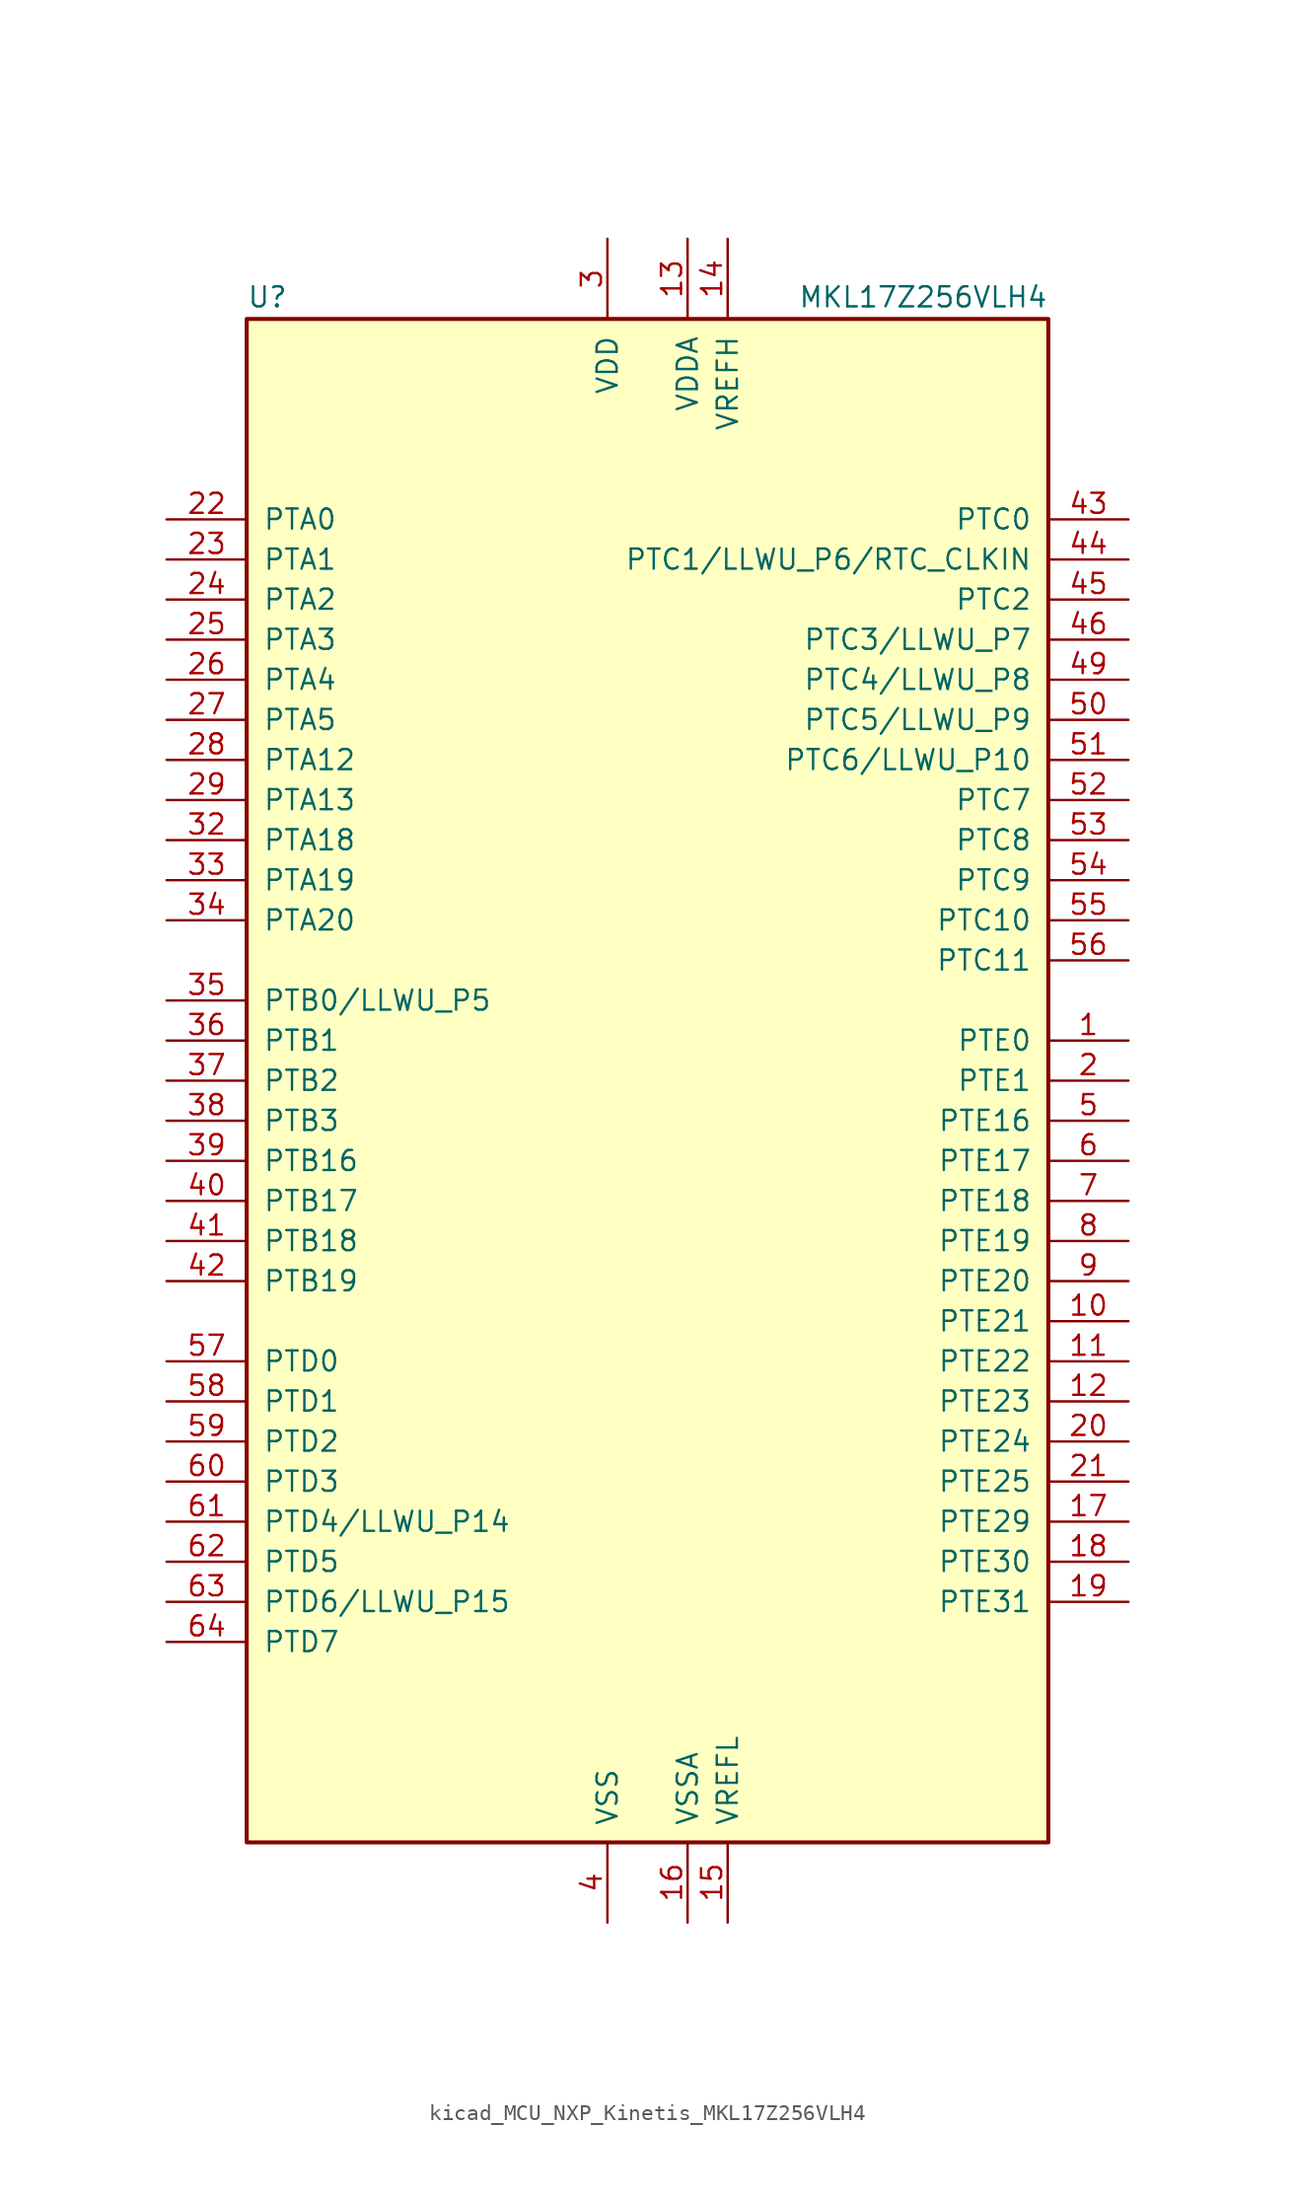
<source format=kicad_sym>
(kicad_symbol_lib
  (version 20220914)
  (generator kicad_symbol_editor)
  (symbol "kicad_MCU_NXP_Kinetis_MKL17Z256VLH4"
    (pin_names
      (offset 1.016))
    (property "Reference" "U"
      (at -25.4 48.895 0)
      (effects (font (size 1.27 1.27)) (justify left bottom)))
    (property "Value" "MKL17Z256VLH4"
      (at 25.4 48.895 0)
      (effects (font (size 1.27 1.27)) (justify right bottom)))
    (symbol "kicad_MCU_NXP_Kinetis_MKL17Z256VLH4_0_1"
      (rectangle (start -25.4 48.26) (end 25.4 -48.26) (stroke (width 0.254) (type default)) (fill (type background))))
    (symbol "kicad_MCU_NXP_Kinetis_MKL17Z256VLH4_1_1"
      (pin bidirectional line (at 30.48 2.54 180) (length 5.08) (name "PTE0" (effects (font (size 1.27 1.27)))) (number "1" (effects (font (size 1.27 1.27)))))
      (pin bidirectional line (at 30.48 -15.24 180) (length 5.08) (name "PTE21" (effects (font (size 1.27 1.27)))) (number "10" (effects (font (size 1.27 1.27)))))
      (pin bidirectional line (at 30.48 -17.78 180) (length 5.08) (name "PTE22" (effects (font (size 1.27 1.27)))) (number "11" (effects (font (size 1.27 1.27)))))
      (pin bidirectional line (at 30.48 -20.32 180) (length 5.08) (name "PTE23" (effects (font (size 1.27 1.27)))) (number "12" (effects (font (size 1.27 1.27)))))
      (pin power_in line (at 2.54 53.34 270) (length 5.08) (name "VDDA" (effects (font (size 1.27 1.27)))) (number "13" (effects (font (size 1.27 1.27)))))
      (pin power_in line (at 5.08 53.34 270) (length 5.08) (name "VREFH" (effects (font (size 1.27 1.27)))) (number "14" (effects (font (size 1.27 1.27)))))
      (pin power_in line (at 5.08 -53.34 90) (length 5.08) (name "VREFL" (effects (font (size 1.27 1.27)))) (number "15" (effects (font (size 1.27 1.27)))))
      (pin power_in line (at 2.54 -53.34 90) (length 5.08) (name "VSSA" (effects (font (size 1.27 1.27)))) (number "16" (effects (font (size 1.27 1.27)))))
      (pin bidirectional line (at 30.48 -27.94 180) (length 5.08) (name "PTE29" (effects (font (size 1.27 1.27)))) (number "17" (effects (font (size 1.27 1.27)))))
      (pin bidirectional line (at 30.48 -30.48 180) (length 5.08) (name "PTE30" (effects (font (size 1.27 1.27)))) (number "18" (effects (font (size 1.27 1.27)))))
      (pin bidirectional line (at 30.48 -33.02 180) (length 5.08) (name "PTE31" (effects (font (size 1.27 1.27)))) (number "19" (effects (font (size 1.27 1.27)))))
      (pin bidirectional line (at 30.48 0 180) (length 5.08) (name "PTE1" (effects (font (size 1.27 1.27)))) (number "2" (effects (font (size 1.27 1.27)))))
      (pin bidirectional line (at 30.48 -22.86 180) (length 5.08) (name "PTE24" (effects (font (size 1.27 1.27)))) (number "20" (effects (font (size 1.27 1.27)))))
      (pin bidirectional line (at 30.48 -25.4 180) (length 5.08) (name "PTE25" (effects (font (size 1.27 1.27)))) (number "21" (effects (font (size 1.27 1.27)))))
      (pin bidirectional line (at -30.48 35.56 0) (length 5.08) (name "PTA0" (effects (font (size 1.27 1.27)))) (number "22" (effects (font (size 1.27 1.27)))))
      (pin bidirectional line (at -30.48 33.02 0) (length 5.08) (name "PTA1" (effects (font (size 1.27 1.27)))) (number "23" (effects (font (size 1.27 1.27)))))
      (pin bidirectional line (at -30.48 30.48 0) (length 5.08) (name "PTA2" (effects (font (size 1.27 1.27)))) (number "24" (effects (font (size 1.27 1.27)))))
      (pin bidirectional line (at -30.48 27.94 0) (length 5.08) (name "PTA3" (effects (font (size 1.27 1.27)))) (number "25" (effects (font (size 1.27 1.27)))))
      (pin bidirectional line (at -30.48 25.4 0) (length 5.08) (name "PTA4" (effects (font (size 1.27 1.27)))) (number "26" (effects (font (size 1.27 1.27)))))
      (pin bidirectional line (at -30.48 22.86 0) (length 5.08) (name "PTA5" (effects (font (size 1.27 1.27)))) (number "27" (effects (font (size 1.27 1.27)))))
      (pin bidirectional line (at -30.48 20.32 0) (length 5.08) (name "PTA12" (effects (font (size 1.27 1.27)))) (number "28" (effects (font (size 1.27 1.27)))))
      (pin bidirectional line (at -30.48 17.78 0) (length 5.08) (name "PTA13" (effects (font (size 1.27 1.27)))) (number "29" (effects (font (size 1.27 1.27)))))
      (pin power_in line (at -2.54 53.34 270) (length 5.08) (name "VDD" (effects (font (size 1.27 1.27)))) (number "3" (effects (font (size 1.27 1.27)))))
      (pin passive line (at -2.54 53.34 270) (length 5.08) hide (name "VDD" (effects (font (size 1.27 1.27)))) (number "30" (effects (font (size 1.27 1.27)))))
      (pin passive line (at -2.54 -53.34 90) (length 5.08) hide (name "VSS" (effects (font (size 1.27 1.27)))) (number "31" (effects (font (size 1.27 1.27)))))
      (pin bidirectional line (at -30.48 15.24 0) (length 5.08) (name "PTA18" (effects (font (size 1.27 1.27)))) (number "32" (effects (font (size 1.27 1.27)))))
      (pin bidirectional line (at -30.48 12.7 0) (length 5.08) (name "PTA19" (effects (font (size 1.27 1.27)))) (number "33" (effects (font (size 1.27 1.27)))))
      (pin bidirectional line (at -30.48 10.16 0) (length 5.08) (name "PTA20" (effects (font (size 1.27 1.27)))) (number "34" (effects (font (size 1.27 1.27)))))
      (pin bidirectional line (at -30.48 5.08 0) (length 5.08) (name "PTB0/LLWU_P5" (effects (font (size 1.27 1.27)))) (number "35" (effects (font (size 1.27 1.27)))))
      (pin bidirectional line (at -30.48 2.54 0) (length 5.08) (name "PTB1" (effects (font (size 1.27 1.27)))) (number "36" (effects (font (size 1.27 1.27)))))
      (pin bidirectional line (at -30.48 0 0) (length 5.08) (name "PTB2" (effects (font (size 1.27 1.27)))) (number "37" (effects (font (size 1.27 1.27)))))
      (pin bidirectional line (at -30.48 -2.54 0) (length 5.08) (name "PTB3" (effects (font (size 1.27 1.27)))) (number "38" (effects (font (size 1.27 1.27)))))
      (pin bidirectional line (at -30.48 -5.08 0) (length 5.08) (name "PTB16" (effects (font (size 1.27 1.27)))) (number "39" (effects (font (size 1.27 1.27)))))
      (pin power_in line (at -2.54 -53.34 90) (length 5.08) (name "VSS" (effects (font (size 1.27 1.27)))) (number "4" (effects (font (size 1.27 1.27)))))
      (pin bidirectional line (at -30.48 -7.62 0) (length 5.08) (name "PTB17" (effects (font (size 1.27 1.27)))) (number "40" (effects (font (size 1.27 1.27)))))
      (pin bidirectional line (at -30.48 -10.16 0) (length 5.08) (name "PTB18" (effects (font (size 1.27 1.27)))) (number "41" (effects (font (size 1.27 1.27)))))
      (pin bidirectional line (at -30.48 -12.7 0) (length 5.08) (name "PTB19" (effects (font (size 1.27 1.27)))) (number "42" (effects (font (size 1.27 1.27)))))
      (pin bidirectional line (at 30.48 35.56 180) (length 5.08) (name "PTC0" (effects (font (size 1.27 1.27)))) (number "43" (effects (font (size 1.27 1.27)))))
      (pin bidirectional line (at 30.48 33.02 180) (length 5.08) (name "PTC1/LLWU_P6/RTC_CLKIN" (effects (font (size 1.27 1.27)))) (number "44" (effects (font (size 1.27 1.27)))))
      (pin bidirectional line (at 30.48 30.48 180) (length 5.08) (name "PTC2" (effects (font (size 1.27 1.27)))) (number "45" (effects (font (size 1.27 1.27)))))
      (pin bidirectional line (at 30.48 27.94 180) (length 5.08) (name "PTC3/LLWU_P7" (effects (font (size 1.27 1.27)))) (number "46" (effects (font (size 1.27 1.27)))))
      (pin passive line (at -2.54 -53.34 90) (length 5.08) hide (name "VSS" (effects (font (size 1.27 1.27)))) (number "47" (effects (font (size 1.27 1.27)))))
      (pin passive line (at -2.54 53.34 270) (length 5.08) hide (name "VDD" (effects (font (size 1.27 1.27)))) (number "48" (effects (font (size 1.27 1.27)))))
      (pin bidirectional line (at 30.48 25.4 180) (length 5.08) (name "PTC4/LLWU_P8" (effects (font (size 1.27 1.27)))) (number "49" (effects (font (size 1.27 1.27)))))
      (pin bidirectional line (at 30.48 -2.54 180) (length 5.08) (name "PTE16" (effects (font (size 1.27 1.27)))) (number "5" (effects (font (size 1.27 1.27)))))
      (pin bidirectional line (at 30.48 22.86 180) (length 5.08) (name "PTC5/LLWU_P9" (effects (font (size 1.27 1.27)))) (number "50" (effects (font (size 1.27 1.27)))))
      (pin bidirectional line (at 30.48 20.32 180) (length 5.08) (name "PTC6/LLWU_P10" (effects (font (size 1.27 1.27)))) (number "51" (effects (font (size 1.27 1.27)))))
      (pin bidirectional line (at 30.48 17.78 180) (length 5.08) (name "PTC7" (effects (font (size 1.27 1.27)))) (number "52" (effects (font (size 1.27 1.27)))))
      (pin bidirectional line (at 30.48 15.24 180) (length 5.08) (name "PTC8" (effects (font (size 1.27 1.27)))) (number "53" (effects (font (size 1.27 1.27)))))
      (pin bidirectional line (at 30.48 12.7 180) (length 5.08) (name "PTC9" (effects (font (size 1.27 1.27)))) (number "54" (effects (font (size 1.27 1.27)))))
      (pin bidirectional line (at 30.48 10.16 180) (length 5.08) (name "PTC10" (effects (font (size 1.27 1.27)))) (number "55" (effects (font (size 1.27 1.27)))))
      (pin bidirectional line (at 30.48 7.62 180) (length 5.08) (name "PTC11" (effects (font (size 1.27 1.27)))) (number "56" (effects (font (size 1.27 1.27)))))
      (pin bidirectional line (at -30.48 -17.78 0) (length 5.08) (name "PTD0" (effects (font (size 1.27 1.27)))) (number "57" (effects (font (size 1.27 1.27)))))
      (pin bidirectional line (at -30.48 -20.32 0) (length 5.08) (name "PTD1" (effects (font (size 1.27 1.27)))) (number "58" (effects (font (size 1.27 1.27)))))
      (pin bidirectional line (at -30.48 -22.86 0) (length 5.08) (name "PTD2" (effects (font (size 1.27 1.27)))) (number "59" (effects (font (size 1.27 1.27)))))
      (pin bidirectional line (at 30.48 -5.08 180) (length 5.08) (name "PTE17" (effects (font (size 1.27 1.27)))) (number "6" (effects (font (size 1.27 1.27)))))
      (pin bidirectional line (at -30.48 -25.4 0) (length 5.08) (name "PTD3" (effects (font (size 1.27 1.27)))) (number "60" (effects (font (size 1.27 1.27)))))
      (pin bidirectional line (at -30.48 -27.94 0) (length 5.08) (name "PTD4/LLWU_P14" (effects (font (size 1.27 1.27)))) (number "61" (effects (font (size 1.27 1.27)))))
      (pin bidirectional line (at -30.48 -30.48 0) (length 5.08) (name "PTD5" (effects (font (size 1.27 1.27)))) (number "62" (effects (font (size 1.27 1.27)))))
      (pin bidirectional line (at -30.48 -33.02 0) (length 5.08) (name "PTD6/LLWU_P15" (effects (font (size 1.27 1.27)))) (number "63" (effects (font (size 1.27 1.27)))))
      (pin bidirectional line (at -30.48 -35.56 0) (length 5.08) (name "PTD7" (effects (font (size 1.27 1.27)))) (number "64" (effects (font (size 1.27 1.27)))))
      (pin bidirectional line (at 30.48 -7.62 180) (length 5.08) (name "PTE18" (effects (font (size 1.27 1.27)))) (number "7" (effects (font (size 1.27 1.27)))))
      (pin bidirectional line (at 30.48 -10.16 180) (length 5.08) (name "PTE19" (effects (font (size 1.27 1.27)))) (number "8" (effects (font (size 1.27 1.27)))))
      (pin bidirectional line (at 30.48 -12.7 180) (length 5.08) (name "PTE20" (effects (font (size 1.27 1.27)))) (number "9" (effects (font (size 1.27 1.27))))))))
</source>
